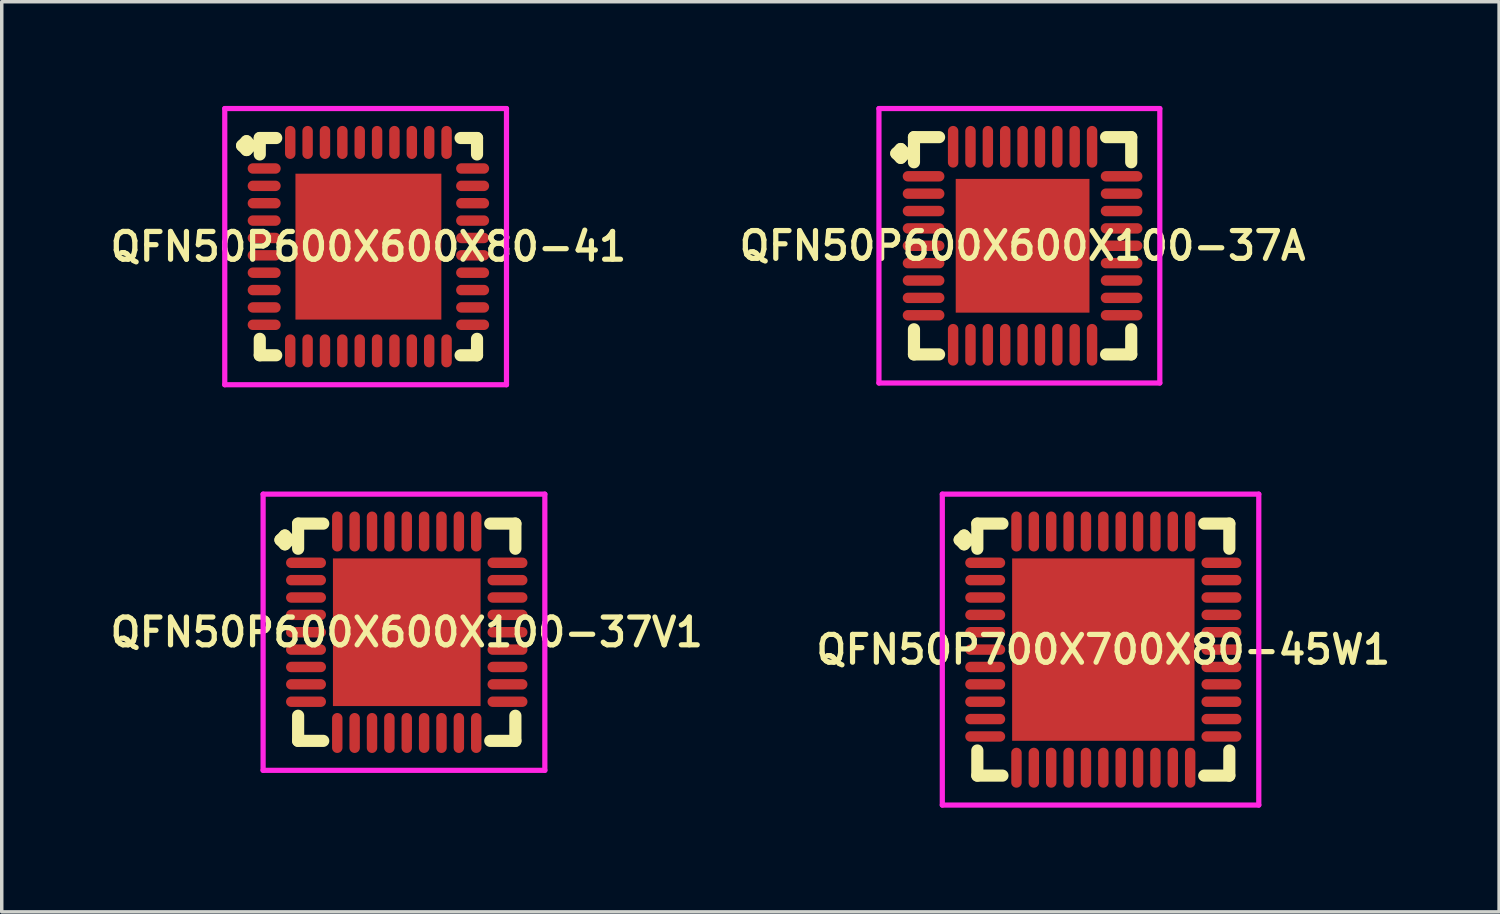
<source format=kicad_pcb>
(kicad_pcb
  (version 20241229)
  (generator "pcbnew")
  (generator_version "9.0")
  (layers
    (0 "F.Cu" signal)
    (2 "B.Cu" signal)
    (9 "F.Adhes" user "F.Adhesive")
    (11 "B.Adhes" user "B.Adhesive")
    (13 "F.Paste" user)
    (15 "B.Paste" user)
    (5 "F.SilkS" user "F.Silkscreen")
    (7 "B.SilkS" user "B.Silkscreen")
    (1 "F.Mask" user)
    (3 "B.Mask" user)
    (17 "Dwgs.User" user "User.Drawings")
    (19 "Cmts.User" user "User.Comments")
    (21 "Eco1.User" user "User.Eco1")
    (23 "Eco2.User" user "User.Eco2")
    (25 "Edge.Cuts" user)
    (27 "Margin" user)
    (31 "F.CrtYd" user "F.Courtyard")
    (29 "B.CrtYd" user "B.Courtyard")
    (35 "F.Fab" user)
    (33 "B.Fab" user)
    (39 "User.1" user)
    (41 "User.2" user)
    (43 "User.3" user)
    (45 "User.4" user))
  (footprint "QFN50P700X700X80-45W1"
    (layer "F.Cu")
    (at 28.711 15.65)
    (property "Reference" "QFN50P700X700X80-45W1" (at 0 0 0) (layer "F.SilkS") (effects (font (size 0.8 0.8) (thickness 0.15))))
    (attr smd)
    (fp_line (start -4.135 -3.158) (end -4.008 -3.285) (stroke (width 0.35) (type solid)) (layer "F.SilkS"))
    (fp_line (start -4.008 -3.285) (end -3.881 -3.158) (stroke (width 0.35) (type solid)) (layer "F.SilkS"))
    (fp_line (start -4.008 -3.031) (end -4.135 -3.158) (stroke (width 0.35) (type solid)) (layer "F.SilkS"))
    (fp_line (start -3.881 -3.158) (end -4.008 -3.031) (stroke (width 0.35) (type solid)) (layer "F.SilkS"))
    (fp_line (start -3.627 -3.627) (end -2.904 -3.627) (stroke (width 0.35) (type solid)) (layer "F.SilkS"))
    (fp_line (start -3.627 -2.904) (end -3.627 -3.627) (stroke (width 0.35) (type solid)) (layer "F.SilkS"))
    (fp_line (start -3.627 2.904) (end -3.627 3.627) (stroke (width 0.35) (type solid)) (layer "F.SilkS"))
    (fp_line (start -3.627 3.627) (end -2.904 3.627) (stroke (width 0.35) (type solid)) (layer "F.SilkS"))
    (fp_line (start 2.904 -3.627) (end 3.627 -3.627) (stroke (width 0.35) (type solid)) (layer "F.SilkS"))
    (fp_line (start 2.904 3.627) (end 3.627 3.627) (stroke (width 0.35) (type solid)) (layer "F.SilkS"))
    (fp_line (start 3.627 -3.627) (end 3.627 -2.904) (stroke (width 0.35) (type solid)) (layer "F.SilkS"))
    (fp_line (start 3.627 3.627) (end 3.627 2.904) (stroke (width 0.35) (type solid)) (layer "F.SilkS"))
    (fp_line (start -4.635 -4.475) (end 4.475 -4.475) (stroke (width 0.15) (type solid)) (layer "F.CrtYd"))
    (fp_line (start -4.635 4.475) (end -4.635 -4.475) (stroke (width 0.15) (type solid)) (layer "F.CrtYd"))
    (fp_line (start 4.475 -4.475) (end 4.475 4.475) (stroke (width 0.15) (type solid)) (layer "F.CrtYd"))
    (fp_line (start 4.475 4.475) (end -4.635 4.475) (stroke (width 0.15) (type solid)) (layer "F.CrtYd"))
    (pad "1" smd oval (at -3.4 -2.5) (size 1.15 0.3) (layers "F.Cu" "F.Mask" "F.Paste"))
    (pad "2" smd oval (at -3.4 -2) (size 1.15 0.3) (layers "F.Cu" "F.Mask" "F.Paste"))
    (pad "3" smd oval (at -3.4 -1.5) (size 1.15 0.3) (layers "F.Cu" "F.Mask" "F.Paste"))
    (pad "4" smd oval (at -3.4 -1) (size 1.15 0.3) (layers "F.Cu" "F.Mask" "F.Paste"))
    (pad "5" smd oval (at -3.4 -0.5) (size 1.15 0.3) (layers "F.Cu" "F.Mask" "F.Paste"))
    (pad "6" smd oval (at -3.4 0) (size 1.15 0.3) (layers "F.Cu" "F.Mask" "F.Paste"))
    (pad "7" smd oval (at -3.4 0.5) (size 1.15 0.3) (layers "F.Cu" "F.Mask" "F.Paste"))
    (pad "8" smd oval (at -3.4 1) (size 1.15 0.3) (layers "F.Cu" "F.Mask" "F.Paste"))
    (pad "9" smd oval (at -3.4 1.5) (size 1.15 0.3) (layers "F.Cu" "F.Mask" "F.Paste"))
    (pad "10" smd oval (at -3.4 2) (size 1.15 0.3) (layers "F.Cu" "F.Mask" "F.Paste"))
    (pad "11" smd oval (at -3.4 2.5) (size 1.15 0.3) (layers "F.Cu" "F.Mask" "F.Paste"))
    (pad "12" smd oval (at -2.5 3.4) (size 0.3 1.15) (layers "F.Cu" "F.Mask" "F.Paste"))
    (pad "13" smd oval (at -2 3.4) (size 0.3 1.15) (layers "F.Cu" "F.Mask" "F.Paste"))
    (pad "14" smd oval (at -1.5 3.4) (size 0.3 1.15) (layers "F.Cu" "F.Mask" "F.Paste"))
    (pad "15" smd oval (at -1 3.4) (size 0.3 1.15) (layers "F.Cu" "F.Mask" "F.Paste"))
    (pad "16" smd oval (at -0.5 3.4) (size 0.3 1.15) (layers "F.Cu" "F.Mask" "F.Paste"))
    (pad "17" smd oval (at 0 3.4) (size 0.3 1.15) (layers "F.Cu" "F.Mask" "F.Paste"))
    (pad "18" smd oval (at 0.5 3.4) (size 0.3 1.15) (layers "F.Cu" "F.Mask" "F.Paste"))
    (pad "19" smd oval (at 1 3.4) (size 0.3 1.15) (layers "F.Cu" "F.Mask" "F.Paste"))
    (pad "20" smd oval (at 1.5 3.4) (size 0.3 1.15) (layers "F.Cu" "F.Mask" "F.Paste"))
    (pad "21" smd oval (at 2 3.4) (size 0.3 1.15) (layers "F.Cu" "F.Mask" "F.Paste"))
    (pad "22" smd oval (at 2.5 3.4) (size 0.3 1.15) (layers "F.Cu" "F.Mask" "F.Paste"))
    (pad "23" smd oval (at 3.4 2.5) (size 1.15 0.3) (layers "F.Cu" "F.Mask" "F.Paste"))
    (pad "24" smd oval (at 3.4 2) (size 1.15 0.3) (layers "F.Cu" "F.Mask" "F.Paste"))
    (pad "25" smd oval (at 3.4 1.5) (size 1.15 0.3) (layers "F.Cu" "F.Mask" "F.Paste"))
    (pad "26" smd oval (at 3.4 1) (size 1.15 0.3) (layers "F.Cu" "F.Mask" "F.Paste"))
    (pad "27" smd oval (at 3.4 0.5) (size 1.15 0.3) (layers "F.Cu" "F.Mask" "F.Paste"))
    (pad "28" smd oval (at 3.4 0) (size 1.15 0.3) (layers "F.Cu" "F.Mask" "F.Paste"))
    (pad "29" smd oval (at 3.4 -0.5) (size 1.15 0.3) (layers "F.Cu" "F.Mask" "F.Paste"))
    (pad "30" smd oval (at 3.4 -1) (size 1.15 0.3) (layers "F.Cu" "F.Mask" "F.Paste"))
    (pad "31" smd oval (at 3.4 -1.5) (size 1.15 0.3) (layers "F.Cu" "F.Mask" "F.Paste"))
    (pad "32" smd oval (at 3.4 -2) (size 1.15 0.3) (layers "F.Cu" "F.Mask" "F.Paste"))
    (pad "33" smd oval (at 3.4 -2.5) (size 1.15 0.3) (layers "F.Cu" "F.Mask" "F.Paste"))
    (pad "34" smd oval (at 2.5 -3.4) (size 0.3 1.15) (layers "F.Cu" "F.Mask" "F.Paste"))
    (pad "35" smd oval (at 2 -3.4) (size 0.3 1.15) (layers "F.Cu" "F.Mask" "F.Paste"))
    (pad "36" smd oval (at 1.5 -3.4) (size 0.3 1.15) (layers "F.Cu" "F.Mask" "F.Paste"))
    (pad "37" smd oval (at 1 -3.4) (size 0.3 1.15) (layers "F.Cu" "F.Mask" "F.Paste"))
    (pad "38" smd oval (at 0.5 -3.4) (size 0.3 1.15) (layers "F.Cu" "F.Mask" "F.Paste"))
    (pad "39" smd oval (at 0 -3.4) (size 0.3 1.15) (layers "F.Cu" "F.Mask" "F.Paste"))
    (pad "40" smd oval (at -0.5 -3.4) (size 0.3 1.15) (layers "F.Cu" "F.Mask" "F.Paste"))
    (pad "41" smd oval (at -1 -3.4) (size 0.3 1.15) (layers "F.Cu" "F.Mask" "F.Paste"))
    (pad "42" smd oval (at -1.5 -3.4) (size 0.3 1.15) (layers "F.Cu" "F.Mask" "F.Paste"))
    (pad "43" smd oval (at -2 -3.4) (size 0.3 1.15) (layers "F.Cu" "F.Mask" "F.Paste"))
    (pad "44" smd oval (at -2.5 -3.4) (size 0.3 1.15) (layers "F.Cu" "F.Mask" "F.Paste"))
    (pad "45" smd rect (at 0 0) (size 5.25 5.25) (layers "F.Cu" "F.Mask" "F.Paste")))
  (footprint "QFN50P600X600X80-41"
    (layer "F.Cu")
    (at 7.555 4.05)
    (property "Reference" "QFN50P600X600X80-41" (at 0 0 0) (layer "F.SilkS") (effects (font (size 0.8 0.8) (thickness 0.15))))
    (attr smd)
    (fp_line (start -3.635 -2.908) (end -3.508 -3.035) (stroke (width 0.35) (type solid)) (layer "F.SilkS"))
    (fp_line (start -3.508 -3.035) (end -3.381 -2.908) (stroke (width 0.35) (type solid)) (layer "F.SilkS"))
    (fp_line (start -3.508 -2.781) (end -3.635 -2.908) (stroke (width 0.35) (type solid)) (layer "F.SilkS"))
    (fp_line (start -3.381 -2.908) (end -3.508 -2.781) (stroke (width 0.35) (type solid)) (layer "F.SilkS"))
    (fp_line (start -3.127 -3.127) (end -2.654 -3.127) (stroke (width 0.35) (type solid)) (layer "F.SilkS"))
    (fp_line (start -3.127 -2.654) (end -3.127 -3.127) (stroke (width 0.35) (type solid)) (layer "F.SilkS"))
    (fp_line (start -3.127 2.654) (end -3.127 3.127) (stroke (width 0.35) (type solid)) (layer "F.SilkS"))
    (fp_line (start -3.127 3.127) (end -2.654 3.127) (stroke (width 0.35) (type solid)) (layer "F.SilkS"))
    (fp_line (start 2.654 -3.127) (end 3.127 -3.127) (stroke (width 0.35) (type solid)) (layer "F.SilkS"))
    (fp_line (start 2.654 3.127) (end 3.127 3.127) (stroke (width 0.35) (type solid)) (layer "F.SilkS"))
    (fp_line (start 3.127 -3.127) (end 3.127 -2.654) (stroke (width 0.35) (type solid)) (layer "F.SilkS"))
    (fp_line (start 3.127 3.127) (end 3.127 2.654) (stroke (width 0.35) (type solid)) (layer "F.SilkS"))
    (fp_line (start -4.135 -3.975) (end 3.975 -3.975) (stroke (width 0.15) (type solid)) (layer "F.CrtYd"))
    (fp_line (start -4.135 3.975) (end -4.135 -3.975) (stroke (width 0.15) (type solid)) (layer "F.CrtYd"))
    (fp_line (start 3.975 -3.975) (end 3.975 3.975) (stroke (width 0.15) (type solid)) (layer "F.CrtYd"))
    (fp_line (start 3.975 3.975) (end -4.135 3.975) (stroke (width 0.15) (type solid)) (layer "F.CrtYd"))
    (pad "1" smd oval (at -3 -2.25) (size 0.95 0.3) (layers "F.Cu" "F.Mask" "F.Paste"))
    (pad "2" smd oval (at -3 -1.75) (size 0.95 0.3) (layers "F.Cu" "F.Mask" "F.Paste"))
    (pad "3" smd oval (at -3 -1.25) (size 0.95 0.3) (layers "F.Cu" "F.Mask" "F.Paste"))
    (pad "4" smd oval (at -3 -0.75) (size 0.95 0.3) (layers "F.Cu" "F.Mask" "F.Paste"))
    (pad "5" smd oval (at -3 -0.25) (size 0.95 0.3) (layers "F.Cu" "F.Mask" "F.Paste"))
    (pad "6" smd oval (at -3 0.25) (size 0.95 0.3) (layers "F.Cu" "F.Mask" "F.Paste"))
    (pad "7" smd oval (at -3 0.75) (size 0.95 0.3) (layers "F.Cu" "F.Mask" "F.Paste"))
    (pad "8" smd oval (at -3 1.25) (size 0.95 0.3) (layers "F.Cu" "F.Mask" "F.Paste"))
    (pad "9" smd oval (at -3 1.75) (size 0.95 0.3) (layers "F.Cu" "F.Mask" "F.Paste"))
    (pad "10" smd oval (at -3 2.25) (size 0.95 0.3) (layers "F.Cu" "F.Mask" "F.Paste"))
    (pad "11" smd oval (at -2.25 3) (size 0.3 0.95) (layers "F.Cu" "F.Mask" "F.Paste"))
    (pad "12" smd oval (at -1.75 3) (size 0.3 0.95) (layers "F.Cu" "F.Mask" "F.Paste"))
    (pad "13" smd oval (at -1.25 3) (size 0.3 0.95) (layers "F.Cu" "F.Mask" "F.Paste"))
    (pad "14" smd oval (at -0.75 3) (size 0.3 0.95) (layers "F.Cu" "F.Mask" "F.Paste"))
    (pad "15" smd oval (at -0.25 3) (size 0.3 0.95) (layers "F.Cu" "F.Mask" "F.Paste"))
    (pad "16" smd oval (at 0.25 3) (size 0.3 0.95) (layers "F.Cu" "F.Mask" "F.Paste"))
    (pad "17" smd oval (at 0.75 3) (size 0.3 0.95) (layers "F.Cu" "F.Mask" "F.Paste"))
    (pad "18" smd oval (at 1.25 3) (size 0.3 0.95) (layers "F.Cu" "F.Mask" "F.Paste"))
    (pad "19" smd oval (at 1.75 3) (size 0.3 0.95) (layers "F.Cu" "F.Mask" "F.Paste"))
    (pad "20" smd oval (at 2.25 3) (size 0.3 0.95) (layers "F.Cu" "F.Mask" "F.Paste"))
    (pad "21" smd oval (at 3 2.25) (size 0.95 0.3) (layers "F.Cu" "F.Mask" "F.Paste"))
    (pad "22" smd oval (at 3 1.75) (size 0.95 0.3) (layers "F.Cu" "F.Mask" "F.Paste"))
    (pad "23" smd oval (at 3 1.25) (size 0.95 0.3) (layers "F.Cu" "F.Mask" "F.Paste"))
    (pad "24" smd oval (at 3 0.75) (size 0.95 0.3) (layers "F.Cu" "F.Mask" "F.Paste"))
    (pad "25" smd oval (at 3 0.25) (size 0.95 0.3) (layers "F.Cu" "F.Mask" "F.Paste"))
    (pad "26" smd oval (at 3 -0.25) (size 0.95 0.3) (layers "F.Cu" "F.Mask" "F.Paste"))
    (pad "27" smd oval (at 3 -0.75) (size 0.95 0.3) (layers "F.Cu" "F.Mask" "F.Paste"))
    (pad "28" smd oval (at 3 -1.25) (size 0.95 0.3) (layers "F.Cu" "F.Mask" "F.Paste"))
    (pad "29" smd oval (at 3 -1.75) (size 0.95 0.3) (layers "F.Cu" "F.Mask" "F.Paste"))
    (pad "30" smd oval (at 3 -2.25) (size 0.95 0.3) (layers "F.Cu" "F.Mask" "F.Paste"))
    (pad "31" smd oval (at 2.25 -3) (size 0.3 0.95) (layers "F.Cu" "F.Mask" "F.Paste"))
    (pad "32" smd oval (at 1.75 -3) (size 0.3 0.95) (layers "F.Cu" "F.Mask" "F.Paste"))
    (pad "33" smd oval (at 1.25 -3) (size 0.3 0.95) (layers "F.Cu" "F.Mask" "F.Paste"))
    (pad "34" smd oval (at 0.75 -3) (size 0.3 0.95) (layers "F.Cu" "F.Mask" "F.Paste"))
    (pad "35" smd oval (at 0.25 -3) (size 0.3 0.95) (layers "F.Cu" "F.Mask" "F.Paste"))
    (pad "36" smd oval (at -0.25 -3) (size 0.3 0.95) (layers "F.Cu" "F.Mask" "F.Paste"))
    (pad "37" smd oval (at -0.75 -3) (size 0.3 0.95) (layers "F.Cu" "F.Mask" "F.Paste"))
    (pad "38" smd oval (at -1.25 -3) (size 0.3 0.95) (layers "F.Cu" "F.Mask" "F.Paste"))
    (pad "39" smd oval (at -1.75 -3) (size 0.3 0.95) (layers "F.Cu" "F.Mask" "F.Paste"))
    (pad "40" smd oval (at -2.25 -3) (size 0.3 0.95) (layers "F.Cu" "F.Mask" "F.Paste"))
    (pad "41" smd rect (at 0 0) (size 4.2 4.2) (layers "F.Cu" "F.Mask" "F.Paste")))
  (footprint "QFN50P600X600X100-37V1"
    (layer "F.Cu")
    (at 8.659 15.15)
    (property "Reference" "QFN50P600X600X100-37V1" (at 0 0 0) (layer "F.SilkS") (effects (font (size 0.8 0.8) (thickness 0.15))))
    (attr smd)
    (fp_line (start -3.635 -2.658) (end -3.508 -2.785) (stroke (width 0.35) (type solid)) (layer "F.SilkS"))
    (fp_line (start -3.508 -2.785) (end -3.381 -2.658) (stroke (width 0.35) (type solid)) (layer "F.SilkS"))
    (fp_line (start -3.508 -2.531) (end -3.635 -2.658) (stroke (width 0.35) (type solid)) (layer "F.SilkS"))
    (fp_line (start -3.381 -2.658) (end -3.508 -2.531) (stroke (width 0.35) (type solid)) (layer "F.SilkS"))
    (fp_line (start -3.127 -3.127) (end -2.404 -3.127) (stroke (width 0.35) (type solid)) (layer "F.SilkS"))
    (fp_line (start -3.127 -2.404) (end -3.127 -3.127) (stroke (width 0.35) (type solid)) (layer "F.SilkS"))
    (fp_line (start -3.127 2.404) (end -3.127 3.127) (stroke (width 0.35) (type solid)) (layer "F.SilkS"))
    (fp_line (start -3.127 3.127) (end -2.404 3.127) (stroke (width 0.35) (type solid)) (layer "F.SilkS"))
    (fp_line (start 2.404 -3.127) (end 3.127 -3.127) (stroke (width 0.35) (type solid)) (layer "F.SilkS"))
    (fp_line (start 2.404 3.127) (end 3.127 3.127) (stroke (width 0.35) (type solid)) (layer "F.SilkS"))
    (fp_line (start 3.127 -3.127) (end 3.127 -2.404) (stroke (width 0.35) (type solid)) (layer "F.SilkS"))
    (fp_line (start 3.127 3.127) (end 3.127 2.404) (stroke (width 0.35) (type solid)) (layer "F.SilkS"))
    (fp_line (start -4.135 -3.975) (end 3.975 -3.975) (stroke (width 0.15) (type solid)) (layer "F.CrtYd"))
    (fp_line (start -4.135 3.975) (end -4.135 -3.975) (stroke (width 0.15) (type solid)) (layer "F.CrtYd"))
    (fp_line (start 3.975 -3.975) (end 3.975 3.975) (stroke (width 0.15) (type solid)) (layer "F.CrtYd"))
    (fp_line (start 3.975 3.975) (end -4.135 3.975) (stroke (width 0.15) (type solid)) (layer "F.CrtYd"))
    (pad "1" smd oval (at -2.9 -2) (size 1.15 0.3) (layers "F.Cu" "F.Mask" "F.Paste"))
    (pad "2" smd oval (at -2.9 -1.5) (size 1.15 0.3) (layers "F.Cu" "F.Mask" "F.Paste"))
    (pad "3" smd oval (at -2.9 -1) (size 1.15 0.3) (layers "F.Cu" "F.Mask" "F.Paste"))
    (pad "4" smd oval (at -2.9 -0.5) (size 1.15 0.3) (layers "F.Cu" "F.Mask" "F.Paste"))
    (pad "5" smd oval (at -2.9 0) (size 1.15 0.3) (layers "F.Cu" "F.Mask" "F.Paste"))
    (pad "6" smd oval (at -2.9 0.5) (size 1.15 0.3) (layers "F.Cu" "F.Mask" "F.Paste"))
    (pad "7" smd oval (at -2.9 1) (size 1.15 0.3) (layers "F.Cu" "F.Mask" "F.Paste"))
    (pad "8" smd oval (at -2.9 1.5) (size 1.15 0.3) (layers "F.Cu" "F.Mask" "F.Paste"))
    (pad "9" smd oval (at -2.9 2) (size 1.15 0.3) (layers "F.Cu" "F.Mask" "F.Paste"))
    (pad "10" smd oval (at -2 2.9) (size 0.3 1.15) (layers "F.Cu" "F.Mask" "F.Paste"))
    (pad "11" smd oval (at -1.5 2.9) (size 0.3 1.15) (layers "F.Cu" "F.Mask" "F.Paste"))
    (pad "12" smd oval (at -1 2.9) (size 0.3 1.15) (layers "F.Cu" "F.Mask" "F.Paste"))
    (pad "13" smd oval (at -0.5 2.9) (size 0.3 1.15) (layers "F.Cu" "F.Mask" "F.Paste"))
    (pad "14" smd oval (at 0 2.9) (size 0.3 1.15) (layers "F.Cu" "F.Mask" "F.Paste"))
    (pad "15" smd oval (at 0.5 2.9) (size 0.3 1.15) (layers "F.Cu" "F.Mask" "F.Paste"))
    (pad "16" smd oval (at 1 2.9) (size 0.3 1.15) (layers "F.Cu" "F.Mask" "F.Paste"))
    (pad "17" smd oval (at 1.5 2.9) (size 0.3 1.15) (layers "F.Cu" "F.Mask" "F.Paste"))
    (pad "18" smd oval (at 2 2.9) (size 0.3 1.15) (layers "F.Cu" "F.Mask" "F.Paste"))
    (pad "19" smd oval (at 2.9 2) (size 1.15 0.3) (layers "F.Cu" "F.Mask" "F.Paste"))
    (pad "20" smd oval (at 2.9 1.5) (size 1.15 0.3) (layers "F.Cu" "F.Mask" "F.Paste"))
    (pad "21" smd oval (at 2.9 1) (size 1.15 0.3) (layers "F.Cu" "F.Mask" "F.Paste"))
    (pad "22" smd oval (at 2.9 0.5) (size 1.15 0.3) (layers "F.Cu" "F.Mask" "F.Paste"))
    (pad "23" smd oval (at 2.9 0) (size 1.15 0.3) (layers "F.Cu" "F.Mask" "F.Paste"))
    (pad "24" smd oval (at 2.9 -0.5) (size 1.15 0.3) (layers "F.Cu" "F.Mask" "F.Paste"))
    (pad "25" smd oval (at 2.9 -1) (size 1.15 0.3) (layers "F.Cu" "F.Mask" "F.Paste"))
    (pad "26" smd oval (at 2.9 -1.5) (size 1.15 0.3) (layers "F.Cu" "F.Mask" "F.Paste"))
    (pad "27" smd oval (at 2.9 -2) (size 1.15 0.3) (layers "F.Cu" "F.Mask" "F.Paste"))
    (pad "28" smd oval (at 2 -2.9) (size 0.3 1.15) (layers "F.Cu" "F.Mask" "F.Paste"))
    (pad "29" smd oval (at 1.5 -2.9) (size 0.3 1.15) (layers "F.Cu" "F.Mask" "F.Paste"))
    (pad "30" smd oval (at 1 -2.9) (size 0.3 1.15) (layers "F.Cu" "F.Mask" "F.Paste"))
    (pad "31" smd oval (at 0.5 -2.9) (size 0.3 1.15) (layers "F.Cu" "F.Mask" "F.Paste"))
    (pad "32" smd oval (at 0 -2.9) (size 0.3 1.15) (layers "F.Cu" "F.Mask" "F.Paste"))
    (pad "33" smd oval (at -0.5 -2.9) (size 0.3 1.15) (layers "F.Cu" "F.Mask" "F.Paste"))
    (pad "34" smd oval (at -1 -2.9) (size 0.3 1.15) (layers "F.Cu" "F.Mask" "F.Paste"))
    (pad "35" smd oval (at -1.5 -2.9) (size 0.3 1.15) (layers "F.Cu" "F.Mask" "F.Paste"))
    (pad "36" smd oval (at -2 -2.9) (size 0.3 1.15) (layers "F.Cu" "F.Mask" "F.Paste"))
    (pad "37" smd rect (at 0 0) (size 4.25 4.25) (layers "F.Cu" "F.Mask" "F.Paste")))
  (footprint "QFN50P600X600X100-37A"
    (layer "F.Cu")
    (at 26.387 4.025)
    (property "Reference" "QFN50P600X600X100-37A" (at 0 0 0) (layer "F.SilkS") (effects (font (size 0.8 0.8) (thickness 0.15))))
    (attr smd)
    (fp_line (start -3.635 -2.658) (end -3.508 -2.785) (stroke (width 0.35) (type solid)) (layer "F.SilkS"))
    (fp_line (start -3.508 -2.785) (end -3.381 -2.658) (stroke (width 0.35) (type solid)) (layer "F.SilkS"))
    (fp_line (start -3.508 -2.531) (end -3.635 -2.658) (stroke (width 0.35) (type solid)) (layer "F.SilkS"))
    (fp_line (start -3.381 -2.658) (end -3.508 -2.531) (stroke (width 0.35) (type solid)) (layer "F.SilkS"))
    (fp_line (start -3.127 -3.127) (end -2.404 -3.127) (stroke (width 0.35) (type solid)) (layer "F.SilkS"))
    (fp_line (start -3.127 -2.404) (end -3.127 -3.127) (stroke (width 0.35) (type solid)) (layer "F.SilkS"))
    (fp_line (start -3.127 2.404) (end -3.127 3.127) (stroke (width 0.35) (type solid)) (layer "F.SilkS"))
    (fp_line (start -3.127 3.127) (end -2.404 3.127) (stroke (width 0.35) (type solid)) (layer "F.SilkS"))
    (fp_line (start 2.404 -3.127) (end 3.127 -3.127) (stroke (width 0.35) (type solid)) (layer "F.SilkS"))
    (fp_line (start 2.404 3.127) (end 3.127 3.127) (stroke (width 0.35) (type solid)) (layer "F.SilkS"))
    (fp_line (start 3.127 -3.127) (end 3.127 -2.404) (stroke (width 0.35) (type solid)) (layer "F.SilkS"))
    (fp_line (start 3.127 3.127) (end 3.127 2.404) (stroke (width 0.35) (type solid)) (layer "F.SilkS"))
    (fp_line (start -4.135 -3.95) (end 3.95 -3.95) (stroke (width 0.15) (type solid)) (layer "F.CrtYd"))
    (fp_line (start -4.135 3.95) (end -4.135 -3.95) (stroke (width 0.15) (type solid)) (layer "F.CrtYd"))
    (fp_line (start 3.95 -3.95) (end 3.95 3.95) (stroke (width 0.15) (type solid)) (layer "F.CrtYd"))
    (fp_line (start 3.95 3.95) (end -4.135 3.95) (stroke (width 0.15) (type solid)) (layer "F.CrtYd"))
    (pad "1" smd oval (at -2.85 -2) (size 1.2 0.3) (layers "F.Cu" "F.Mask" "F.Paste"))
    (pad "2" smd oval (at -2.85 -1.5) (size 1.2 0.3) (layers "F.Cu" "F.Mask" "F.Paste"))
    (pad "3" smd oval (at -2.85 -1) (size 1.2 0.3) (layers "F.Cu" "F.Mask" "F.Paste"))
    (pad "4" smd oval (at -2.85 -0.5) (size 1.2 0.3) (layers "F.Cu" "F.Mask" "F.Paste"))
    (pad "5" smd oval (at -2.85 0) (size 1.2 0.3) (layers "F.Cu" "F.Mask" "F.Paste"))
    (pad "6" smd oval (at -2.85 0.5) (size 1.2 0.3) (layers "F.Cu" "F.Mask" "F.Paste"))
    (pad "7" smd oval (at -2.85 1) (size 1.2 0.3) (layers "F.Cu" "F.Mask" "F.Paste"))
    (pad "8" smd oval (at -2.85 1.5) (size 1.2 0.3) (layers "F.Cu" "F.Mask" "F.Paste"))
    (pad "9" smd oval (at -2.85 2) (size 1.2 0.3) (layers "F.Cu" "F.Mask" "F.Paste"))
    (pad "10" smd oval (at -2 2.85) (size 0.3 1.2) (layers "F.Cu" "F.Mask" "F.Paste"))
    (pad "11" smd oval (at -1.5 2.85) (size 0.3 1.2) (layers "F.Cu" "F.Mask" "F.Paste"))
    (pad "12" smd oval (at -1 2.85) (size 0.3 1.2) (layers "F.Cu" "F.Mask" "F.Paste"))
    (pad "13" smd oval (at -0.5 2.85) (size 0.3 1.2) (layers "F.Cu" "F.Mask" "F.Paste"))
    (pad "14" smd oval (at 0 2.85) (size 0.3 1.2) (layers "F.Cu" "F.Mask" "F.Paste"))
    (pad "15" smd oval (at 0.5 2.85) (size 0.3 1.2) (layers "F.Cu" "F.Mask" "F.Paste"))
    (pad "16" smd oval (at 1 2.85) (size 0.3 1.2) (layers "F.Cu" "F.Mask" "F.Paste"))
    (pad "17" smd oval (at 1.5 2.85) (size 0.3 1.2) (layers "F.Cu" "F.Mask" "F.Paste"))
    (pad "18" smd oval (at 2 2.85) (size 0.3 1.2) (layers "F.Cu" "F.Mask" "F.Paste"))
    (pad "19" smd oval (at 2.85 2) (size 1.2 0.3) (layers "F.Cu" "F.Mask" "F.Paste"))
    (pad "20" smd oval (at 2.85 1.5) (size 1.2 0.3) (layers "F.Cu" "F.Mask" "F.Paste"))
    (pad "21" smd oval (at 2.85 1) (size 1.2 0.3) (layers "F.Cu" "F.Mask" "F.Paste"))
    (pad "22" smd oval (at 2.85 0.5) (size 1.2 0.3) (layers "F.Cu" "F.Mask" "F.Paste"))
    (pad "23" smd oval (at 2.85 0) (size 1.2 0.3) (layers "F.Cu" "F.Mask" "F.Paste"))
    (pad "24" smd oval (at 2.85 -0.5) (size 1.2 0.3) (layers "F.Cu" "F.Mask" "F.Paste"))
    (pad "25" smd oval (at 2.85 -1) (size 1.2 0.3) (layers "F.Cu" "F.Mask" "F.Paste"))
    (pad "26" smd oval (at 2.85 -1.5) (size 1.2 0.3) (layers "F.Cu" "F.Mask" "F.Paste"))
    (pad "27" smd oval (at 2.85 -2) (size 1.2 0.3) (layers "F.Cu" "F.Mask" "F.Paste"))
    (pad "28" smd oval (at 2 -2.85) (size 0.3 1.2) (layers "F.Cu" "F.Mask" "F.Paste"))
    (pad "29" smd oval (at 1.5 -2.85) (size 0.3 1.2) (layers "F.Cu" "F.Mask" "F.Paste"))
    (pad "30" smd oval (at 1 -2.85) (size 0.3 1.2) (layers "F.Cu" "F.Mask" "F.Paste"))
    (pad "31" smd oval (at 0.5 -2.85) (size 0.3 1.2) (layers "F.Cu" "F.Mask" "F.Paste"))
    (pad "32" smd oval (at 0 -2.85) (size 0.3 1.2) (layers "F.Cu" "F.Mask" "F.Paste"))
    (pad "33" smd oval (at -0.5 -2.85) (size 0.3 1.2) (layers "F.Cu" "F.Mask" "F.Paste"))
    (pad "34" smd oval (at -1 -2.85) (size 0.3 1.2) (layers "F.Cu" "F.Mask" "F.Paste"))
    (pad "35" smd oval (at -1.5 -2.85) (size 0.3 1.2) (layers "F.Cu" "F.Mask" "F.Paste"))
    (pad "36" smd oval (at -2 -2.85) (size 0.3 1.2) (layers "F.Cu" "F.Mask" "F.Paste"))
    (pad "37" smd rect (at 0 0) (size 3.85 3.85) (layers "F.Cu" "F.Mask" "F.Paste")))
  (gr_rect
    (start -3 -3)
    (end 40.104 23.2)
    (stroke (width 0.1) (type default))
    (fill no)
    (layer "Edge.Cuts")))
</source>
